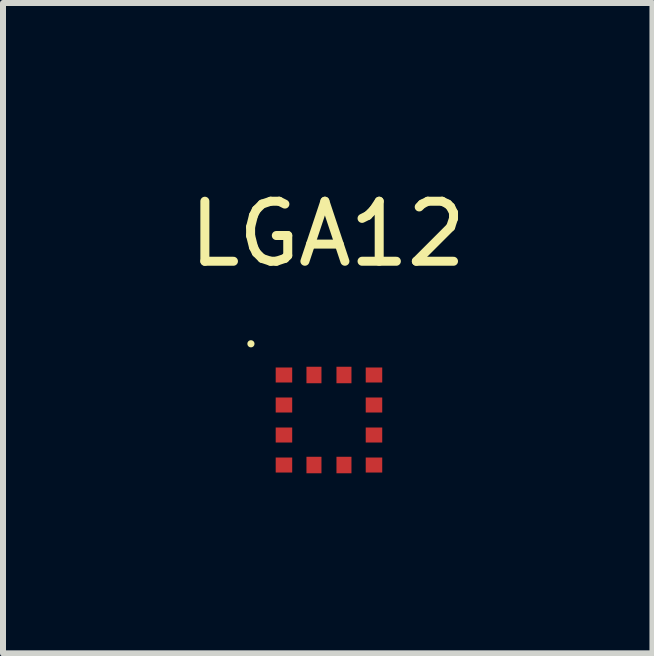
<source format=kicad_pcb>
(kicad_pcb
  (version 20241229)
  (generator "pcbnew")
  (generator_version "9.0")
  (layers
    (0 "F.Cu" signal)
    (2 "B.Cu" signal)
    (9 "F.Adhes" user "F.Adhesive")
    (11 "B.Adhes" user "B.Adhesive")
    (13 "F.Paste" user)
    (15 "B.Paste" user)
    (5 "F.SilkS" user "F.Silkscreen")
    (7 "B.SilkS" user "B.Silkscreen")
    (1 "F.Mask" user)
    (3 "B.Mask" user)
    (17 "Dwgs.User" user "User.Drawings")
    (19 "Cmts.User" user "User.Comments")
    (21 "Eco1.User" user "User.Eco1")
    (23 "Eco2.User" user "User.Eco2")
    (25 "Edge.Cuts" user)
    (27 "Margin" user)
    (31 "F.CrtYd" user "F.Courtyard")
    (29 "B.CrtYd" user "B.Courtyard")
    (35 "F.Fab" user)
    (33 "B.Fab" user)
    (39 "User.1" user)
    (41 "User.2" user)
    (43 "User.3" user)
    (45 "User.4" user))
  (footprint "LGA12"
    (layer "F.Cu")
    (at 2.431 3.948)
    (property "Reference" "LGA12" (at -0.02 -3.1 0) (layer "F.SilkS") (effects (font (size 1 1) (thickness 0.15))))
    (attr through_hole)
    (fp_line (start -1.3 -1.27) (end -1.3 -1.27) (stroke (width 0.12) (type solid)) (layer "F.SilkS"))
    (pad "1" smd rect (at -0.75 -0.75) (size 0.275 0.25) (layers "F.Cu" "F.Mask" "F.Paste"))
    (pad "2" smd rect (at -0.75 -0.25) (size 0.275 0.25) (layers "F.Cu" "F.Mask" "F.Paste"))
    (pad "3" smd rect (at -0.75 0.25) (size 0.275 0.25) (layers "F.Cu" "F.Mask" "F.Paste"))
    (pad "4" smd rect (at -0.75 0.75) (size 0.275 0.25) (layers "F.Cu" "F.Mask" "F.Paste"))
    (pad "5" smd rect (at -0.25 0.75 90) (size 0.275 0.25) (layers "F.Cu" "F.Mask" "F.Paste"))
    (pad "6" smd rect (at 0.25 0.75 90) (size 0.275 0.25) (layers "F.Cu" "F.Mask" "F.Paste"))
    (pad "7" smd rect (at 0.75 0.75) (size 0.275 0.25) (layers "F.Cu" "F.Mask" "F.Paste"))
    (pad "8" smd rect (at 0.75 0.25) (size 0.275 0.25) (layers "F.Cu" "F.Mask" "F.Paste"))
    (pad "9" smd rect (at 0.75 -0.25) (size 0.275 0.25) (layers "F.Cu" "F.Mask" "F.Paste"))
    (pad "10" smd rect (at 0.75 -0.75) (size 0.275 0.25) (layers "F.Cu" "F.Mask" "F.Paste"))
    (pad "11" smd rect (at 0.25 -0.75 90) (size 0.275 0.25) (layers "F.Cu" "F.Mask" "F.Paste"))
    (pad "12" smd rect (at -0.25 -0.75 90) (size 0.275 0.25) (layers "F.Cu" "F.Mask" "F.Paste")))
  (gr_rect
    (start -3 -3)
    (end 7.821 7.836)
    (stroke (width 0.1) (type default))
    (fill no)
    (layer "Edge.Cuts")))
</source>
